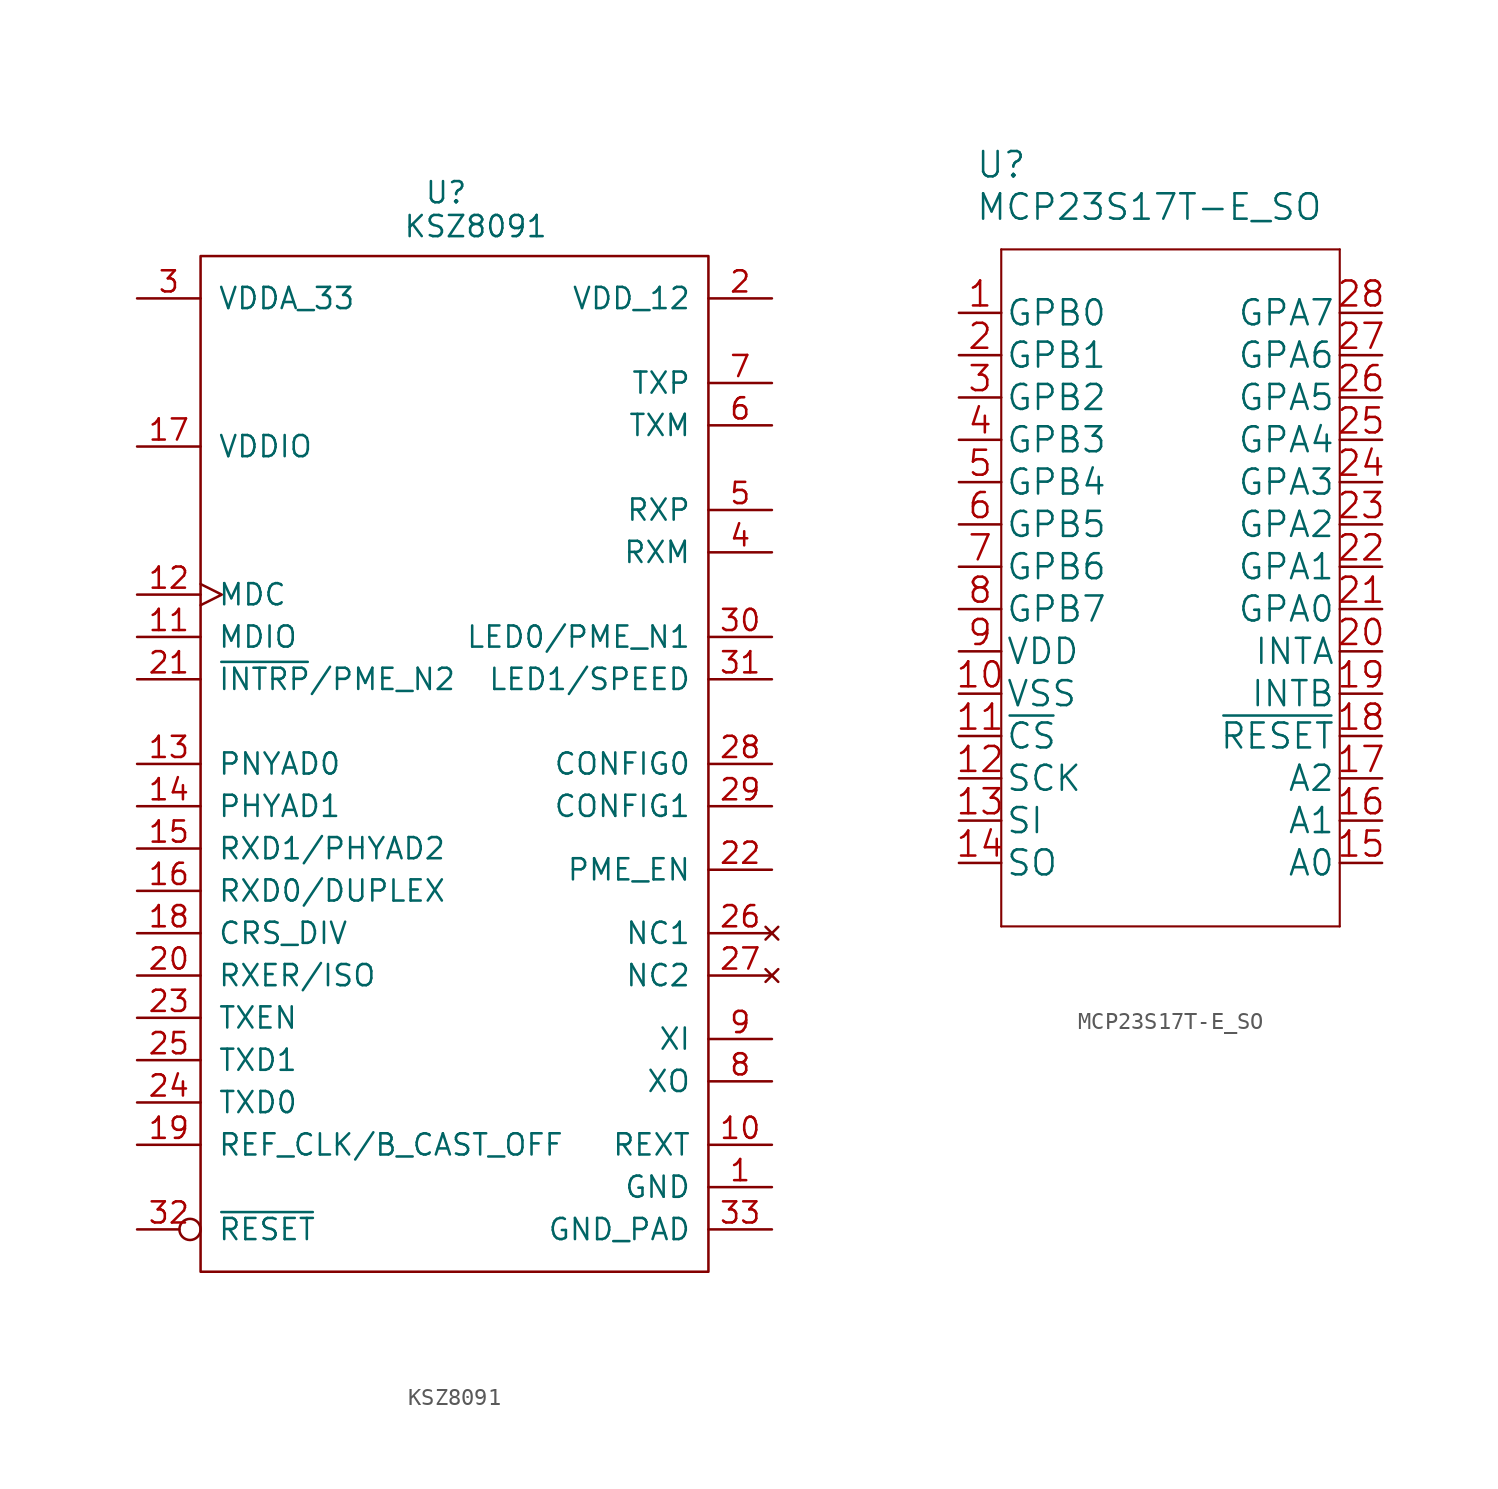
<source format=kicad_sym>
(kicad_symbol_lib
  (version 20211014)
  (generator kicad_symbol_editor)
  (symbol "KSZ8091"
    (pin_names
      (offset 1.016))
    (property "Reference" "U"
      (at -0.508 34.29 0)
      (effects (font (size 1.27 1.27))))
    (property "Value" "KSZ8091"
      (at 1.27 32.258 0)
      (effects (font (size 1.27 1.27))))
    (symbol "KSZ8091_0_1"
      (rectangle (start 15.24 30.48) (end -15.24 -30.48) (stroke (width 0) (type default) (color 0 0 0 0)) (fill (type none))))
    (symbol "KSZ8091_1_1"
      (pin passive line (at 19.05 -25.4 180) (length 3.81) (name "GND" (effects (font (size 1.27 1.27)))) (number "1" (effects (font (size 1.27 1.27)))))
      (pin passive line (at 19.05 -22.86 180) (length 3.81) (name "REXT" (effects (font (size 1.27 1.27)))) (number "10" (effects (font (size 1.27 1.27)))))
      (pin bidirectional line (at -19.05 7.62 0) (length 3.81) (name "MDIO" (effects (font (size 1.27 1.27)))) (number "11" (effects (font (size 1.27 1.27)))))
      (pin input clock (at -19.05 10.16 0) (length 3.81) (name "MDC" (effects (font (size 1.27 1.27)))) (number "12" (effects (font (size 1.27 1.27)))))
      (pin input line (at -19.05 0 0) (length 3.81) (name "PNYAD0" (effects (font (size 1.27 1.27)))) (number "13" (effects (font (size 1.27 1.27)))))
      (pin input line (at -19.05 -2.54 0) (length 3.81) (name "PHYAD1" (effects (font (size 1.27 1.27)))) (number "14" (effects (font (size 1.27 1.27)))))
      (pin output line (at -19.05 -5.08 0) (length 3.81) (name "RXD1/PHYAD2" (effects (font (size 1.27 1.27)))) (number "15" (effects (font (size 1.27 1.27)))))
      (pin output line (at -19.05 -7.62 0) (length 3.81) (name "RXD0/DUPLEX" (effects (font (size 1.27 1.27)))) (number "16" (effects (font (size 1.27 1.27)))))
      (pin power_in line (at -19.05 19.05 0) (length 3.81) (name "VDDIO" (effects (font (size 1.27 1.27)))) (number "17" (effects (font (size 1.27 1.27)))))
      (pin output line (at -19.05 -10.16 0) (length 3.81) (name "CRS_DIV" (effects (font (size 1.27 1.27)))) (number "18" (effects (font (size 1.27 1.27)))))
      (pin output line (at -19.05 -22.86 0) (length 3.81) (name "REF_CLK/B_CAST_OFF" (effects (font (size 1.27 1.27)))) (number "19" (effects (font (size 1.27 1.27)))))
      (pin power_in line (at 19.05 27.94 180) (length 3.81) (name "VDD_12" (effects (font (size 1.27 1.27)))) (number "2" (effects (font (size 1.27 1.27)))))
      (pin output line (at -19.05 -12.7 0) (length 3.81) (name "RXER/ISO" (effects (font (size 1.27 1.27)))) (number "20" (effects (font (size 1.27 1.27)))))
      (pin output line (at -19.05 5.08 0) (length 3.81) (name "~{INTRP}/PME_N2" (effects (font (size 1.27 1.27)))) (number "21" (effects (font (size 1.27 1.27)))))
      (pin input line (at 19.05 -6.35 180) (length 3.81) (name "PME_EN" (effects (font (size 1.27 1.27)))) (number "22" (effects (font (size 1.27 1.27)))))
      (pin input line (at -19.05 -15.24 0) (length 3.81) (name "TXEN" (effects (font (size 1.27 1.27)))) (number "23" (effects (font (size 1.27 1.27)))))
      (pin input line (at -19.05 -20.32 0) (length 3.81) (name "TXD0" (effects (font (size 1.27 1.27)))) (number "24" (effects (font (size 1.27 1.27)))))
      (pin input line (at -19.05 -17.78 0) (length 3.81) (name "TXD1" (effects (font (size 1.27 1.27)))) (number "25" (effects (font (size 1.27 1.27)))))
      (pin no_connect line (at 19.05 -10.16 180) (length 3.81) (name "NC1" (effects (font (size 1.27 1.27)))) (number "26" (effects (font (size 1.27 1.27)))))
      (pin no_connect line (at 19.05 -12.7 180) (length 3.81) (name "NC2" (effects (font (size 1.27 1.27)))) (number "27" (effects (font (size 1.27 1.27)))))
      (pin input line (at 19.05 0 180) (length 3.81) (name "CONFIG0" (effects (font (size 1.27 1.27)))) (number "28" (effects (font (size 1.27 1.27)))))
      (pin input line (at 19.05 -2.54 180) (length 3.81) (name "CONFIG1" (effects (font (size 1.27 1.27)))) (number "29" (effects (font (size 1.27 1.27)))))
      (pin power_in line (at -19.05 27.94 0) (length 3.81) (name "VDDA_33" (effects (font (size 1.27 1.27)))) (number "3" (effects (font (size 1.27 1.27)))))
      (pin output line (at 19.05 7.62 180) (length 3.81) (name "LED0/PME_N1" (effects (font (size 1.27 1.27)))) (number "30" (effects (font (size 1.27 1.27)))))
      (pin output line (at 19.05 5.08 180) (length 3.81) (name "LED1/SPEED" (effects (font (size 1.27 1.27)))) (number "31" (effects (font (size 1.27 1.27)))))
      (pin output inverted (at -19.05 -27.94 0) (length 3.81) (name "~{RESET}" (effects (font (size 1.27 1.27)))) (number "32" (effects (font (size 1.27 1.27)))))
      (pin passive line (at 19.05 -27.94 180) (length 3.81) (name "GND_PAD" (effects (font (size 1.27 1.27)))) (number "33" (effects (font (size 1.27 1.27)))))
      (pin input line (at 19.05 12.7 180) (length 3.81) (name "RXM" (effects (font (size 1.27 1.27)))) (number "4" (effects (font (size 1.27 1.27)))))
      (pin input line (at 19.05 15.24 180) (length 3.81) (name "RXP" (effects (font (size 1.27 1.27)))) (number "5" (effects (font (size 1.27 1.27)))))
      (pin output line (at 19.05 20.32 180) (length 3.81) (name "TXM" (effects (font (size 1.27 1.27)))) (number "6" (effects (font (size 1.27 1.27)))))
      (pin output line (at 19.05 22.86 180) (length 3.81) (name "TXP" (effects (font (size 1.27 1.27)))) (number "7" (effects (font (size 1.27 1.27)))))
      (pin output line (at 19.05 -19.05 180) (length 3.81) (name "XO" (effects (font (size 1.27 1.27)))) (number "8" (effects (font (size 1.27 1.27)))))
      (pin input line (at 19.05 -16.51 180) (length 3.81) (name "XI" (effects (font (size 1.27 1.27)))) (number "9" (effects (font (size 1.27 1.27)))))))
  (symbol "MCP23S17T-E_SO"
    (pin_names
      (offset 0.254))
    (property "Reference" "U"
      (at -10.16 25.4 0)
      (effects (font (size 1.524 1.524))))
    (property "Value" "MCP23S17T-E_SO"
      (at -1.27 22.86 0)
      (effects (font (size 1.524 1.524))))
    (symbol "MCP23S17T-E_SO_1_1"
      (polyline (pts (xy -10.16 -20.32) (xy 10.16 -20.32)) (stroke (width 0.127) (type default) (color 0 0 0 0)) (fill (type none)))
      (polyline (pts (xy -10.16 20.32) (xy -10.16 -20.32)) (stroke (width 0.127) (type default) (color 0 0 0 0)) (fill (type none)))
      (polyline (pts (xy 10.16 -20.32) (xy 10.16 20.32)) (stroke (width 0.127) (type default) (color 0 0 0 0)) (fill (type none)))
      (polyline (pts (xy 10.16 20.32) (xy -10.16 20.32)) (stroke (width 0.127) (type default) (color 0 0 0 0)) (fill (type none)))
      (pin bidirectional line (at -12.7 16.51 0) (length 2.54) (name "GPB0" (effects (font (size 1.499 1.499)))) (number "1" (effects (font (size 1.499 1.499)))))
      (pin passive line (at -12.7 -6.35 0) (length 2.54) (name "VSS" (effects (font (size 1.499 1.499)))) (number "10" (effects (font (size 1.499 1.499)))))
      (pin input line (at -12.7 -8.89 0) (length 2.54) (name "~{CS}" (effects (font (size 1.499 1.499)))) (number "11" (effects (font (size 1.499 1.499)))))
      (pin input line (at -12.7 -11.43 0) (length 2.54) (name "SCK" (effects (font (size 1.499 1.499)))) (number "12" (effects (font (size 1.499 1.499)))))
      (pin input line (at -12.7 -13.97 0) (length 2.54) (name "SI" (effects (font (size 1.499 1.499)))) (number "13" (effects (font (size 1.499 1.499)))))
      (pin output line (at -12.7 -16.51 0) (length 2.54) (name "SO" (effects (font (size 1.499 1.499)))) (number "14" (effects (font (size 1.499 1.499)))))
      (pin bidirectional line (at 12.7 -16.51 180) (length 2.54) (name "A0" (effects (font (size 1.499 1.499)))) (number "15" (effects (font (size 1.499 1.499)))))
      (pin bidirectional line (at 12.7 -13.97 180) (length 2.54) (name "A1" (effects (font (size 1.499 1.499)))) (number "16" (effects (font (size 1.499 1.499)))))
      (pin bidirectional line (at 12.7 -11.43 180) (length 2.54) (name "A2" (effects (font (size 1.499 1.499)))) (number "17" (effects (font (size 1.499 1.499)))))
      (pin input line (at 12.7 -8.89 180) (length 2.54) (name "~{RESET}" (effects (font (size 1.499 1.499)))) (number "18" (effects (font (size 1.499 1.499)))))
      (pin output line (at 12.7 -6.35 180) (length 2.54) (name "INTB" (effects (font (size 1.499 1.499)))) (number "19" (effects (font (size 1.499 1.499)))))
      (pin bidirectional line (at -12.7 13.97 0) (length 2.54) (name "GPB1" (effects (font (size 1.499 1.499)))) (number "2" (effects (font (size 1.499 1.499)))))
      (pin output line (at 12.7 -3.81 180) (length 2.54) (name "INTA" (effects (font (size 1.499 1.499)))) (number "20" (effects (font (size 1.499 1.499)))))
      (pin bidirectional line (at 12.7 -1.27 180) (length 2.54) (name "GPA0" (effects (font (size 1.499 1.499)))) (number "21" (effects (font (size 1.499 1.499)))))
      (pin bidirectional line (at 12.7 1.27 180) (length 2.54) (name "GPA1" (effects (font (size 1.499 1.499)))) (number "22" (effects (font (size 1.499 1.499)))))
      (pin bidirectional line (at 12.7 3.81 180) (length 2.54) (name "GPA2" (effects (font (size 1.499 1.499)))) (number "23" (effects (font (size 1.499 1.499)))))
      (pin bidirectional line (at 12.7 6.35 180) (length 2.54) (name "GPA3" (effects (font (size 1.499 1.499)))) (number "24" (effects (font (size 1.499 1.499)))))
      (pin bidirectional line (at 12.7 8.89 180) (length 2.54) (name "GPA4" (effects (font (size 1.499 1.499)))) (number "25" (effects (font (size 1.499 1.499)))))
      (pin bidirectional line (at 12.7 11.43 180) (length 2.54) (name "GPA5" (effects (font (size 1.499 1.499)))) (number "26" (effects (font (size 1.499 1.499)))))
      (pin bidirectional line (at 12.7 13.97 180) (length 2.54) (name "GPA6" (effects (font (size 1.499 1.499)))) (number "27" (effects (font (size 1.499 1.499)))))
      (pin bidirectional line (at 12.7 16.51 180) (length 2.54) (name "GPA7" (effects (font (size 1.499 1.499)))) (number "28" (effects (font (size 1.499 1.499)))))
      (pin bidirectional line (at -12.7 11.43 0) (length 2.54) (name "GPB2" (effects (font (size 1.499 1.499)))) (number "3" (effects (font (size 1.499 1.499)))))
      (pin bidirectional line (at -12.7 8.89 0) (length 2.54) (name "GPB3" (effects (font (size 1.499 1.499)))) (number "4" (effects (font (size 1.499 1.499)))))
      (pin bidirectional line (at -12.7 6.35 0) (length 2.54) (name "GPB4" (effects (font (size 1.499 1.499)))) (number "5" (effects (font (size 1.499 1.499)))))
      (pin bidirectional line (at -12.7 3.81 0) (length 2.54) (name "GPB5" (effects (font (size 1.499 1.499)))) (number "6" (effects (font (size 1.499 1.499)))))
      (pin bidirectional line (at -12.7 1.27 0) (length 2.54) (name "GPB6" (effects (font (size 1.499 1.499)))) (number "7" (effects (font (size 1.499 1.499)))))
      (pin bidirectional line (at -12.7 -1.27 0) (length 2.54) (name "GPB7" (effects (font (size 1.499 1.499)))) (number "8" (effects (font (size 1.499 1.499)))))
      (pin power_in line (at -12.7 -3.81 0) (length 2.54) (name "VDD" (effects (font (size 1.499 1.499)))) (number "9" (effects (font (size 1.499 1.499))))))))
</source>
